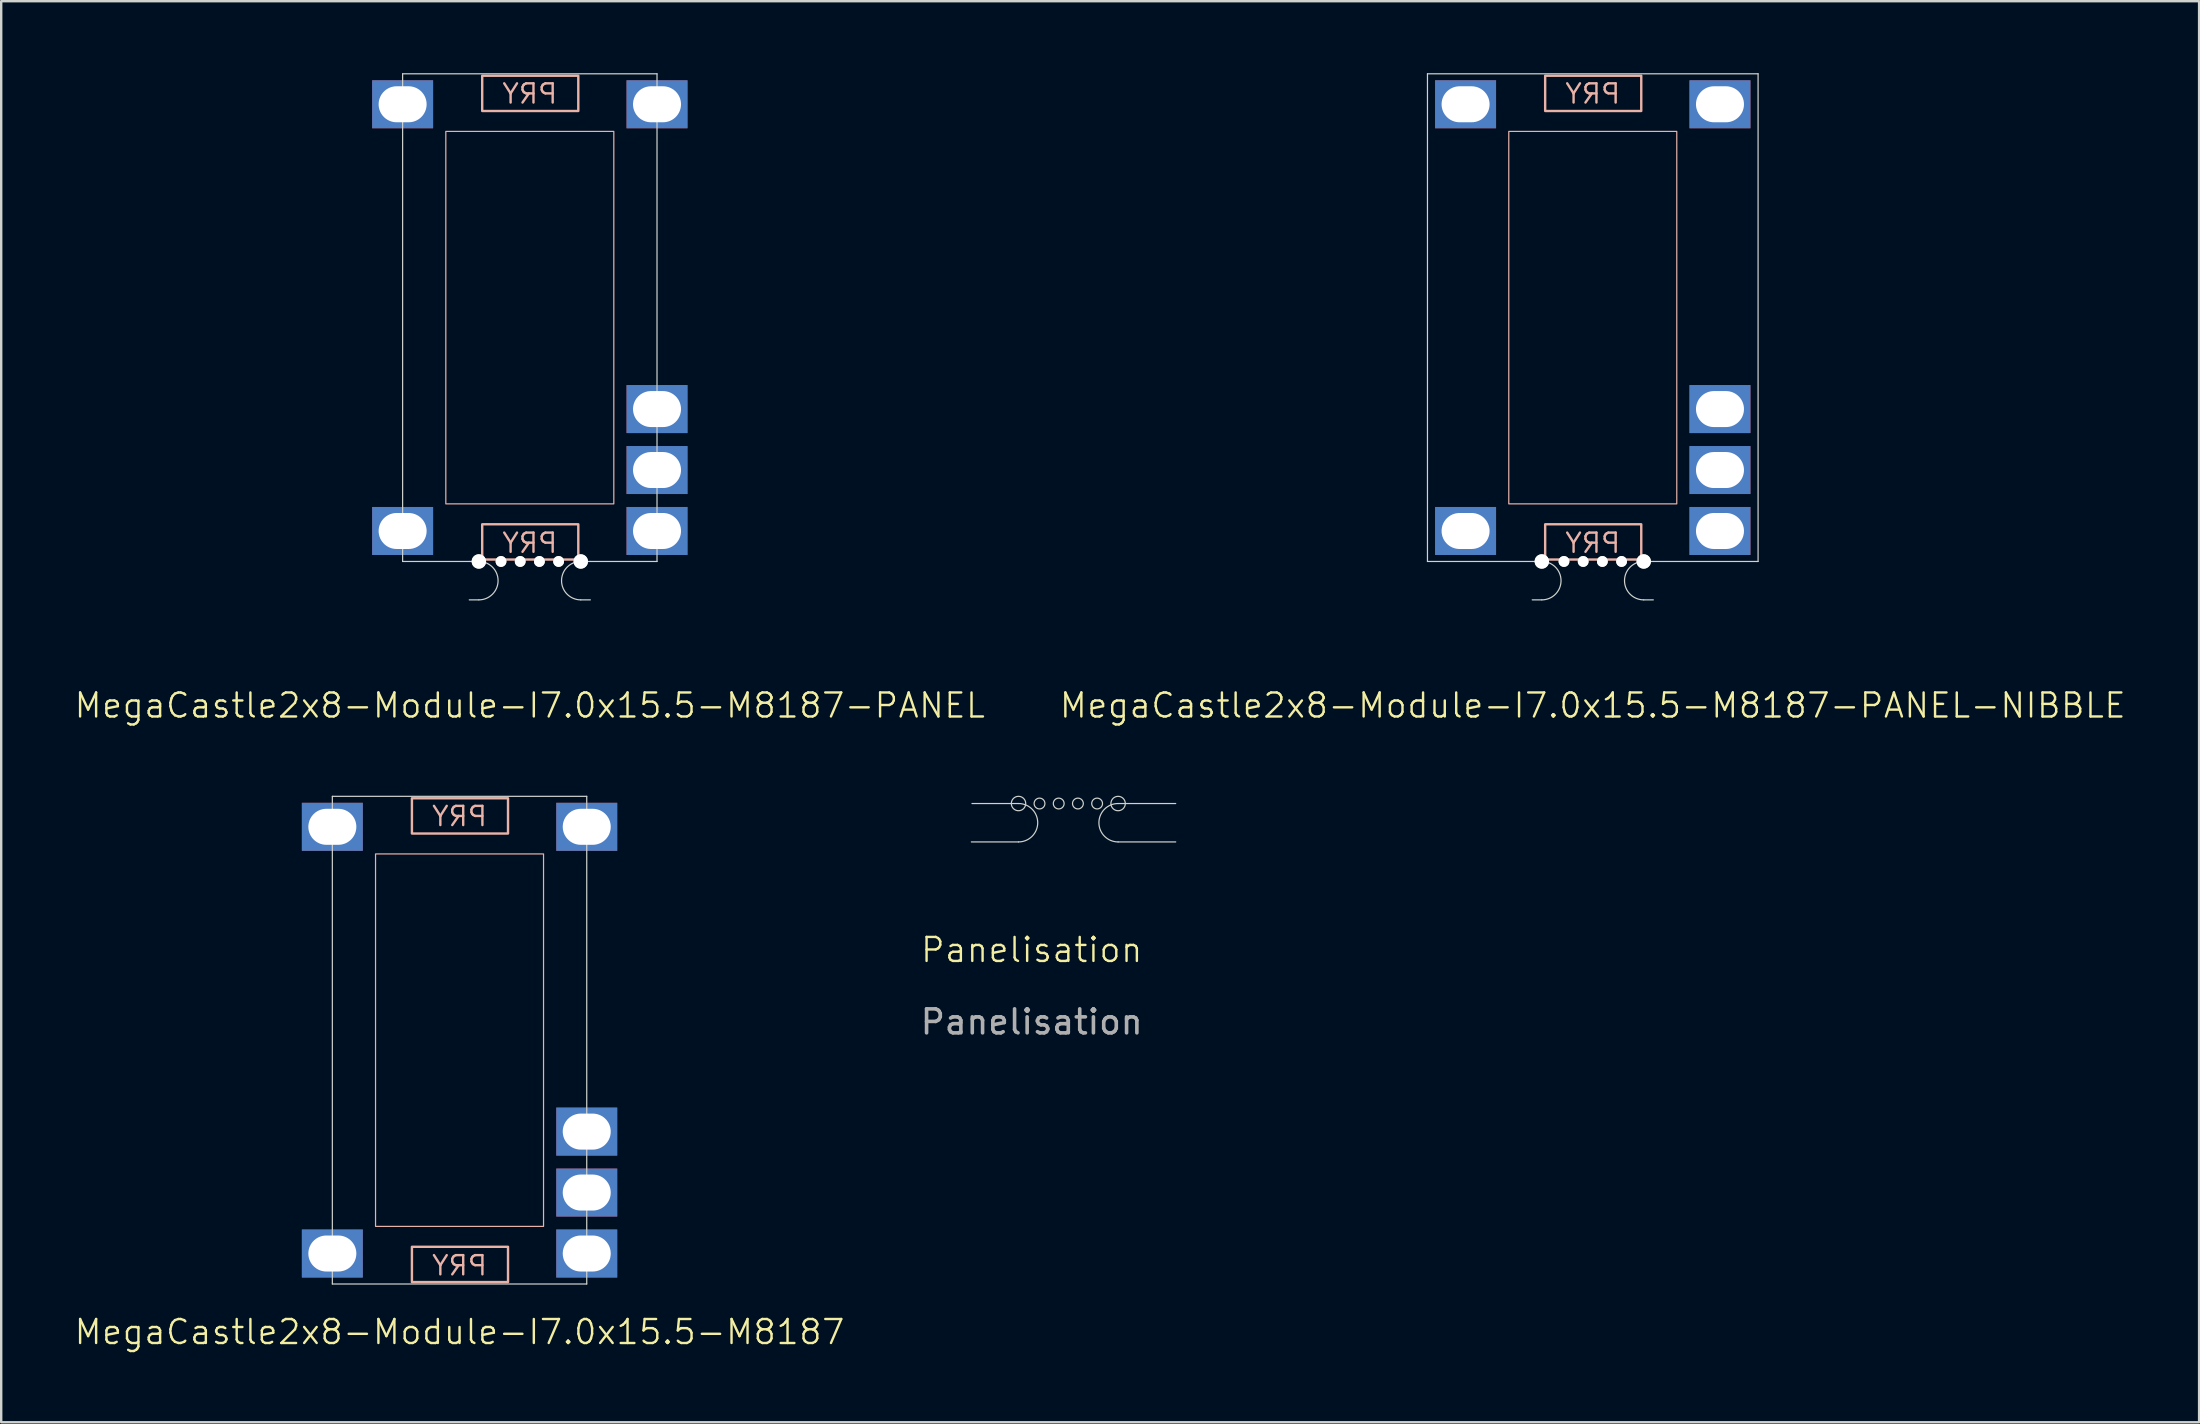
<source format=kicad_pcb>
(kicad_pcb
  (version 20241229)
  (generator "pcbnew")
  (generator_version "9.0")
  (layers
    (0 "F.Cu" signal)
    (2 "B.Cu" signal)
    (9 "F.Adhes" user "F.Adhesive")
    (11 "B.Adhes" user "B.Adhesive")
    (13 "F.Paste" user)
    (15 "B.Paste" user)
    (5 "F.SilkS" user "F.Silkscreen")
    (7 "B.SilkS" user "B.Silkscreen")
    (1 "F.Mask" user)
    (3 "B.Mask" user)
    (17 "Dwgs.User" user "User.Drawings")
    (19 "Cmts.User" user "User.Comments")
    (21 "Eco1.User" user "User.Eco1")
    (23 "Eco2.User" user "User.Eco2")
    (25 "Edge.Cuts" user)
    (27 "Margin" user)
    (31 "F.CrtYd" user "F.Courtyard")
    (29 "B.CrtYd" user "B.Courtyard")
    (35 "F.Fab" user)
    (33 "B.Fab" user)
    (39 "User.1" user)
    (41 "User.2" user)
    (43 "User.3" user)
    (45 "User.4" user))
  (footprint "Panelisation"
    (layer "F.Cu")
    (at 39.939 37.031)
    (property "Reference" "Panelisation" (at 0 -0.5 0) (unlocked yes) (layer "F.SilkS") (effects (font (size 1 1) (thickness 0.1))))
    (attr through_hole)
    (fp_line (start -0.55 -6.6) (end -2.489 -6.6) (stroke (width 0.05) (type default)) (layer "Edge.Cuts"))
    (fp_line (start -0.55 -5) (end -2.515 -5) (stroke (width 0.05) (type default)) (layer "Edge.Cuts"))
    (fp_line (start 6 -6.6) (end 3.6 -6.6) (stroke (width 0.05) (type default)) (layer "Edge.Cuts"))
    (fp_line (start 6 -5) (end 3.6 -5) (stroke (width 0.05) (type default)) (layer "Edge.Cuts"))
    (fp_arc (start -0.55 -6.6) (mid 0.25 -5.8) (end -0.55 -5) (stroke (width 0.05) (type default)) (layer "Edge.Cuts"))
    (fp_arc (start 3.6 -5) (mid 2.8 -5.8) (end 3.6 -6.6) (stroke (width 0.05) (type default)) (layer "Edge.Cuts"))
    (fp_circle (center -0.55 -6.6) (end -0.25 -6.6) (stroke (width 0.05) (type default)) (fill no) (layer "Edge.Cuts"))
    (fp_circle (center 0.325 -6.6) (end 0.55 -6.6) (stroke (width 0.05) (type default)) (fill no) (layer "Edge.Cuts"))
    (fp_circle (center 1.125 -6.6) (end 1.35 -6.6) (stroke (width 0.05) (type default)) (fill no) (layer "Edge.Cuts"))
    (fp_circle (center 1.925 -6.6) (end 2.15 -6.6) (stroke (width 0.05) (type default)) (fill no) (layer "Edge.Cuts"))
    (fp_circle (center 2.725 -6.6) (end 2.95 -6.6) (stroke (width 0.05) (type default)) (fill no) (layer "Edge.Cuts"))
    (fp_circle (center 3.6 -6.6) (end 3.9 -6.6) (stroke (width 0.05) (type default)) (fill no) (layer "Edge.Cuts"))
    (fp_text user "${REFERENCE}" (at 0 2.5 0) (unlocked yes) (layer "F.Fab") (effects (font (size 1 1) (thickness 0.15)))))
  (footprint "MegaCastle2x8-Module-I7.0x15.5-M8187"
    (layer "F.Cu")
    (at 16.098 40.291)
    (property "Reference" "MegaCastle2x8-Module-I7.0x15.5-M8187" (at 0 12.16 0) (unlocked yes) (layer "F.SilkS") (effects (font (size 1 1) (thickness 0.1))))
    (attr smd)
    (fp_rect (start -3.5 7.76) (end 3.5 -7.76) (stroke (width 0.05) (type default)) (fill no) (layer "B.SilkS"))
    (fp_rect (start -1.984 -8.611) (end 2.02 -10.08) (stroke (width 0.1) (type default)) (fill no) (layer "B.SilkS"))
    (fp_rect (start -1.984 8.611) (end 2.02 10.08) (stroke (width 0.1) (type default)) (fill no) (layer "B.SilkS"))
    (fp_line (start -5.3 -10.16) (end -5.3 10.16) (stroke (width 0.05) (type default)) (layer "Edge.Cuts"))
    (fp_line (start -5.3 -10.16) (end 5.3 -10.16) (stroke (width 0.05) (type default)) (layer "Edge.Cuts"))
    (fp_line (start -5.3 10.16) (end 5.3 10.16) (stroke (width 0.05) (type default)) (layer "Edge.Cuts"))
    (fp_line (start 5.3 -10.16) (end 5.3 10.16) (stroke (width 0.05) (type default)) (layer "Edge.Cuts"))
    (fp_text user "PRY" (at 0 -8.86 0) (unlocked yes) (layer "B.SilkS") (effects (font (size 0.8 0.8) (thickness 0.1)) (justify bottom mirror)))
    (fp_text user "PRY" (at 0 9.86 0) (unlocked yes) (layer "B.SilkS") (effects (font (size 0.8 0.8) (thickness 0.1)) (justify bottom mirror)))
    (pad "1" thru_hole rect (at -5.3 -8.89) (size 2.54 2) (drill oval 2 1.5) (property pad_prop_castellated) (layers "*.Cu" "*.Mask"))
    (pad "8" thru_hole rect (at -5.3 8.89) (size 2.54 2) (drill oval 2 1.5) (property pad_prop_castellated) (layers "*.Cu" "*.Mask"))
    (pad "9" thru_hole rect (at 5.3 -8.89) (size 2.54 2) (drill oval 2 1.5) (property pad_prop_castellated) (layers "*.Cu" "*.Mask"))
    (pad "14" thru_hole rect (at 5.3 3.81) (size 2.54 2) (drill oval 2 1.5) (property pad_prop_castellated) (layers "*.Cu" "*.Mask"))
    (pad "15" thru_hole rect (at 5.3 6.35) (size 2.54 2) (drill oval 2 1.5) (property pad_prop_castellated) (layers "*.Cu" "*.Mask"))
    (pad "16" thru_hole rect (at 5.3 8.89) (size 2.54 2) (drill oval 2 1.5) (property pad_prop_castellated) (layers "*.Cu" "*.Mask"))
    (zone (net_name "") (layer "B.Cu") (hatch edge 0.5) (connect_pads) (min_thickness 0.25) (filled_areas_thickness no) (keepout (tracks allowed) (vias allowed) (pads allowed) (copperpour allowed) (footprints not_allowed)) (placement (enabled no)) (fill) (polygon (pts (xy 10.798 50.45) (xy 10.798 30.131) (xy 12.598 30.131) (xy 12.598 50.45))))
    (zone (net_name "") (layer "B.Cu") (hatch edge 0.5) (connect_pads) (min_thickness 0.25) (filled_areas_thickness no) (keepout (tracks allowed) (vias allowed) (pads allowed) (copperpour allowed) (footprints not_allowed)) (placement (enabled no)) (fill) (polygon (pts (xy 12.598 30.131) (xy 12.598 32.531) (xy 19.598 32.531) (xy 19.598 30.131))))
    (zone (net_name "") (layer "B.Cu") (hatch edge 0.5) (connect_pads) (min_thickness 0.25) (filled_areas_thickness no) (keepout (tracks allowed) (vias allowed) (pads allowed) (copperpour allowed) (footprints not_allowed)) (placement (enabled no)) (fill) (polygon (pts (xy 12.598 50.45) (xy 12.598 48.05) (xy 19.598 48.05) (xy 19.598 50.45))))
    (zone (net_name "") (layer "B.Cu") (name "Upper Pry Zone") (hatch edge 0.5) (connect_pads) (min_thickness 0.25) (filled_areas_thickness no) (keepout (tracks not_allowed) (vias not_allowed) (pads not_allowed) (copperpour allowed) (footprints not_allowed)) (placement (enabled no)) (fill) (polygon (pts (xy 14.113 31.679) (xy 14.113 30.21) (xy 18.117 30.21) (xy 18.117 31.679))))
    (zone (net_name "") (layer "B.Cu") (name "Upper Pry Zone") (hatch edge 0.5) (connect_pads) (min_thickness 0.25) (filled_areas_thickness no) (keepout (tracks not_allowed) (vias not_allowed) (pads not_allowed) (copperpour allowed) (footprints not_allowed)) (placement (enabled no)) (fill) (polygon (pts (xy 14.113 48.902) (xy 14.113 50.37) (xy 18.117 50.37) (xy 18.117 48.902))))
    (zone (net_name "") (layer "B.Cu") (hatch edge 0.5) (connect_pads) (min_thickness 0.25) (filled_areas_thickness no) (keepout (tracks allowed) (vias allowed) (pads allowed) (copperpour allowed) (footprints not_allowed)) (placement (enabled no)) (fill) (polygon (pts (xy 21.398 50.45) (xy 21.398 30.131) (xy 19.598 30.131) (xy 19.598 50.45)))))
  (footprint "MegaCastle2x8-Module-I7.0x15.5-M8187-PANEL-NIBBLE"
    (layer "F.Cu")
    (at 63.317 10.185)
    (property "Reference" "MegaCastle2x8-Module-I7.0x15.5-M8187-PANEL-NIBBLE" (at 0 16.16 0) (unlocked yes) (layer "F.SilkS") (effects (font (size 1 1) (thickness 0.1))))
    (attr smd)
    (fp_rect (start -3.5 7.76) (end 3.5 -7.76) (stroke (width 0.05) (type default)) (fill no) (layer "B.SilkS"))
    (fp_rect (start -1.984 -8.611) (end 2.02 -10.08) (stroke (width 0.1) (type default)) (fill no) (layer "B.SilkS"))
    (fp_rect (start -1.984 8.611) (end 2.02 10.08) (stroke (width 0.1) (type default)) (fill no) (layer "B.SilkS"))
    (fp_line (start -6.888 -10.16) (end -6.888 10.16) (stroke (width 0.05) (type default)) (layer "Edge.Cuts"))
    (fp_line (start -6.888 -10.16) (end 6.888 -10.16) (stroke (width 0.05) (type default)) (layer "Edge.Cuts"))
    (fp_line (start -6.888 10.16) (end -2.522 10.16) (stroke (width 0.05) (type default)) (layer "Edge.Cuts"))
    (fp_line (start -2.522 10.16) (end -2.123 10.16) (stroke (width 0.05) (type default)) (layer "Edge.Cuts"))
    (fp_line (start -2.522 11.76) (end -2.123 11.76) (stroke (width 0.05) (type default)) (layer "Edge.Cuts"))
    (fp_line (start 2.522 10.16) (end 2.123 10.16) (stroke (width 0.05) (type default)) (layer "Edge.Cuts"))
    (fp_line (start 2.522 10.16) (end 6.888 10.16) (stroke (width 0.05) (type default)) (layer "Edge.Cuts"))
    (fp_line (start 2.522 11.76) (end 2.123 11.76) (stroke (width 0.05) (type default)) (layer "Edge.Cuts"))
    (fp_line (start 6.888 -10.16) (end 6.888 10.16) (stroke (width 0.05) (type default)) (layer "Edge.Cuts"))
    (fp_arc (start -2.1225 10.16) (mid -1.3225 10.96) (end -2.1225 11.76) (stroke (width 0.05) (type default)) (layer "Edge.Cuts"))
    (fp_arc (start 2.1225 11.76) (mid 1.3225 10.96) (end 2.1225 10.16) (stroke (width 0.05) (type default)) (layer "Edge.Cuts"))
    (fp_text user "PRY" (at 0 -8.86 0) (unlocked yes) (layer "B.SilkS") (effects (font (size 0.8 0.8) (thickness 0.1)) (justify bottom mirror)))
    (fp_text user "PRY" (at 0 9.86 0) (unlocked yes) (layer "B.SilkS") (effects (font (size 0.8 0.8) (thickness 0.1)) (justify bottom mirror)))
    (pad "" np_thru_hole circle (at -2.123 10.16) (size 0.6 0.6) (drill 0.6) (layers "*.Cu" "Edge.Cuts"))
    (pad "" np_thru_hole circle (at -1.2 10.16) (size 0.45 0.45) (drill 0.45) (layers "*.Cu" "Edge.Cuts"))
    (pad "" np_thru_hole circle (at -0.4 10.16) (size 0.45 0.45) (drill 0.45) (layers "*.Cu" "Edge.Cuts"))
    (pad "" np_thru_hole circle (at 0.4 10.16) (size 0.45 0.45) (drill 0.45) (layers "*.Cu" "Edge.Cuts"))
    (pad "" np_thru_hole circle (at 1.2 10.16) (size 0.45 0.45) (drill 0.45) (layers "*.Cu" "Edge.Cuts"))
    (pad "" np_thru_hole circle (at 2.123 10.16) (size 0.6 0.6) (drill 0.6) (layers "*.Cu" "Edge.Cuts"))
    (pad "1" thru_hole rect (at -5.3 -8.89) (size 2.54 2) (drill oval 2 1.5) (property pad_prop_castellated) (layers "*.Cu" "*.Mask"))
    (pad "8" thru_hole rect (at -5.3 8.89) (size 2.54 2) (drill oval 2 1.5) (property pad_prop_castellated) (layers "*.Cu" "*.Mask"))
    (pad "9" thru_hole rect (at 5.3 -8.89) (size 2.54 2) (drill oval 2 1.5) (property pad_prop_castellated) (layers "*.Cu" "*.Mask"))
    (pad "14" thru_hole rect (at 5.3 3.81) (size 2.54 2) (drill oval 2 1.5) (property pad_prop_castellated) (layers "*.Cu" "*.Mask"))
    (pad "15" thru_hole rect (at 5.3 6.35) (size 2.54 2) (drill oval 2 1.5) (property pad_prop_castellated) (layers "*.Cu" "*.Mask"))
    (pad "16" thru_hole rect (at 5.3 8.89) (size 2.54 2) (drill oval 2 1.5) (property pad_prop_castellated) (layers "*.Cu" "*.Mask"))
    (zone (net_name "") (layer "B.Cu") (hatch edge 0.5) (connect_pads) (min_thickness 0.25) (filled_areas_thickness no) (keepout (tracks allowed) (vias allowed) (pads allowed) (copperpour allowed) (footprints not_allowed)) (placement (enabled no)) (fill) (polygon (pts (xy 58.017 20.345) (xy 58.017 0.025) (xy 59.817 0.025) (xy 59.817 20.345))))
    (zone (net_name "") (layer "B.Cu") (hatch edge 0.5) (connect_pads) (min_thickness 0.25) (filled_areas_thickness no) (keepout (tracks allowed) (vias allowed) (pads allowed) (copperpour allowed) (footprints not_allowed)) (placement (enabled no)) (fill) (polygon (pts (xy 59.817 0.025) (xy 59.817 2.425) (xy 66.817 2.425) (xy 66.817 0.025))))
    (zone (net_name "") (layer "B.Cu") (hatch edge 0.5) (connect_pads) (min_thickness 0.25) (filled_areas_thickness no) (keepout (tracks allowed) (vias allowed) (pads allowed) (copperpour allowed) (footprints not_allowed)) (placement (enabled no)) (fill) (polygon (pts (xy 59.817 20.345) (xy 59.817 17.945) (xy 66.817 17.945) (xy 66.817 20.345))))
    (zone (net_name "") (layer "B.Cu") (name "Upper Pry Zone") (hatch edge 0.5) (connect_pads) (min_thickness 0.25) (filled_areas_thickness no) (keepout (tracks not_allowed) (vias not_allowed) (pads not_allowed) (copperpour allowed) (footprints not_allowed)) (placement (enabled no)) (fill) (polygon (pts (xy 61.332 1.574) (xy 61.332 0.105) (xy 65.336 0.105) (xy 65.336 1.574))))
    (zone (net_name "") (layer "B.Cu") (name "Upper Pry Zone") (hatch edge 0.5) (connect_pads) (min_thickness 0.25) (filled_areas_thickness no) (keepout (tracks not_allowed) (vias not_allowed) (pads not_allowed) (copperpour allowed) (footprints not_allowed)) (placement (enabled no)) (fill) (polygon (pts (xy 61.332 18.796) (xy 61.332 20.265) (xy 65.336 20.265) (xy 65.336 18.796))))
    (zone (net_name "") (layer "B.Cu") (hatch edge 0.5) (connect_pads) (min_thickness 0.25) (filled_areas_thickness no) (keepout (tracks allowed) (vias allowed) (pads allowed) (copperpour allowed) (footprints not_allowed)) (placement (enabled no)) (fill) (polygon (pts (xy 68.617 20.345) (xy 68.617 0.025) (xy 66.817 0.025) (xy 66.817 20.345)))))
  (footprint "MegaCastle2x8-Module-I7.0x15.5-M8187-PANEL"
    (layer "F.Cu")
    (at 19.026 10.185)
    (property "Reference" "MegaCastle2x8-Module-I7.0x15.5-M8187-PANEL" (at 0 16.16 0) (unlocked yes) (layer "F.SilkS") (effects (font (size 1 1) (thickness 0.1))))
    (attr smd)
    (fp_rect (start -3.5 7.76) (end 3.5 -7.76) (stroke (width 0.05) (type default)) (fill no) (layer "B.SilkS"))
    (fp_rect (start -1.984 -8.611) (end 2.02 -10.08) (stroke (width 0.1) (type default)) (fill no) (layer "B.SilkS"))
    (fp_rect (start -1.984 8.611) (end 2.02 10.08) (stroke (width 0.1) (type default)) (fill no) (layer "B.SilkS"))
    (fp_line (start -5.3 -10.16) (end -5.3 10.16) (stroke (width 0.05) (type default)) (layer "Edge.Cuts"))
    (fp_line (start -5.3 -10.16) (end 5.3 -10.16) (stroke (width 0.05) (type default)) (layer "Edge.Cuts"))
    (fp_line (start -5.3 10.16) (end -2.522 10.16) (stroke (width 0.05) (type default)) (layer "Edge.Cuts"))
    (fp_line (start -2.522 10.16) (end -2.123 10.16) (stroke (width 0.05) (type default)) (layer "Edge.Cuts"))
    (fp_line (start -2.522 11.76) (end -2.123 11.76) (stroke (width 0.05) (type default)) (layer "Edge.Cuts"))
    (fp_line (start 2.522 10.16) (end 2.123 10.16) (stroke (width 0.05) (type default)) (layer "Edge.Cuts"))
    (fp_line (start 2.522 10.16) (end 5.3 10.16) (stroke (width 0.05) (type default)) (layer "Edge.Cuts"))
    (fp_line (start 2.522 11.76) (end 2.123 11.76) (stroke (width 0.05) (type default)) (layer "Edge.Cuts"))
    (fp_line (start 5.3 -10.16) (end 5.3 10.16) (stroke (width 0.05) (type default)) (layer "Edge.Cuts"))
    (fp_arc (start -2.1225 10.16) (mid -1.3225 10.96) (end -2.1225 11.76) (stroke (width 0.05) (type default)) (layer "Edge.Cuts"))
    (fp_arc (start 2.1225 11.76) (mid 1.3225 10.96) (end 2.1225 10.16) (stroke (width 0.05) (type default)) (layer "Edge.Cuts"))
    (fp_text user "PRY" (at 0 9.86 0) (unlocked yes) (layer "B.SilkS") (effects (font (size 0.8 0.8) (thickness 0.1)) (justify bottom mirror)))
    (fp_text user "PRY" (at 0 -8.86 0) (unlocked yes) (layer "B.SilkS") (effects (font (size 0.8 0.8) (thickness 0.1)) (justify bottom mirror)))
    (pad "" np_thru_hole circle (at -2.123 10.16) (size 0.6 0.6) (drill 0.6) (layers "*.Cu" "Edge.Cuts"))
    (pad "" np_thru_hole circle (at -1.2 10.16) (size 0.45 0.45) (drill 0.45) (layers "*.Cu" "Edge.Cuts"))
    (pad "" np_thru_hole circle (at -0.4 10.16) (size 0.45 0.45) (drill 0.45) (layers "*.Cu" "Edge.Cuts"))
    (pad "" np_thru_hole circle (at 0.4 10.16) (size 0.45 0.45) (drill 0.45) (layers "*.Cu" "Edge.Cuts"))
    (pad "" np_thru_hole circle (at 1.2 10.16) (size 0.45 0.45) (drill 0.45) (layers "*.Cu" "Edge.Cuts"))
    (pad "" np_thru_hole circle (at 2.123 10.16) (size 0.6 0.6) (drill 0.6) (layers "*.Cu" "Edge.Cuts"))
    (pad "1" thru_hole rect (at -5.3 -8.89) (size 2.54 2) (drill oval 2 1.5) (property pad_prop_castellated) (layers "*.Cu" "*.Mask"))
    (pad "8" thru_hole rect (at -5.3 8.89) (size 2.54 2) (drill oval 2 1.5) (property pad_prop_castellated) (layers "*.Cu" "*.Mask"))
    (pad "9" thru_hole rect (at 5.3 -8.89) (size 2.54 2) (drill oval 2 1.5) (property pad_prop_castellated) (layers "*.Cu" "*.Mask"))
    (pad "14" thru_hole rect (at 5.3 3.81) (size 2.54 2) (drill oval 2 1.5) (property pad_prop_castellated) (layers "*.Cu" "*.Mask"))
    (pad "15" thru_hole rect (at 5.3 6.35) (size 2.54 2) (drill oval 2 1.5) (property pad_prop_castellated) (layers "*.Cu" "*.Mask"))
    (pad "16" thru_hole rect (at 5.3 8.89) (size 2.54 2) (drill oval 2 1.5) (property pad_prop_castellated) (layers "*.Cu" "*.Mask"))
    (zone (net_name "") (layer "B.Cu") (hatch edge 0.5) (connect_pads) (min_thickness 0.25) (filled_areas_thickness no) (keepout (tracks allowed) (vias allowed) (pads allowed) (copperpour allowed) (footprints not_allowed)) (placement (enabled no)) (fill) (polygon (pts (xy 13.726 20.345) (xy 13.726 0.025) (xy 15.526 0.025) (xy 15.526 20.345))))
    (zone (net_name "") (layer "B.Cu") (hatch edge 0.5) (connect_pads) (min_thickness 0.25) (filled_areas_thickness no) (keepout (tracks allowed) (vias allowed) (pads allowed) (copperpour allowed) (footprints not_allowed)) (placement (enabled no)) (fill) (polygon (pts (xy 15.526 0.025) (xy 15.526 2.425) (xy 22.526 2.425) (xy 22.526 0.025))))
    (zone (net_name "") (layer "B.Cu") (hatch edge 0.5) (connect_pads) (min_thickness 0.25) (filled_areas_thickness no) (keepout (tracks allowed) (vias allowed) (pads allowed) (copperpour allowed) (footprints not_allowed)) (placement (enabled no)) (fill) (polygon (pts (xy 15.526 20.345) (xy 15.526 17.945) (xy 22.526 17.945) (xy 22.526 20.345))))
    (zone (net_name "") (layer "B.Cu") (name "Upper Pry Zone") (hatch edge 0.5) (connect_pads) (min_thickness 0.25) (filled_areas_thickness no) (keepout (tracks not_allowed) (vias not_allowed) (pads not_allowed) (copperpour allowed) (footprints not_allowed)) (placement (enabled no)) (fill) (polygon (pts (xy 17.042 1.574) (xy 17.042 0.105) (xy 21.046 0.105) (xy 21.046 1.574))))
    (zone (net_name "") (layer "B.Cu") (name "Upper Pry Zone") (hatch edge 0.5) (connect_pads) (min_thickness 0.25) (filled_areas_thickness no) (keepout (tracks not_allowed) (vias not_allowed) (pads not_allowed) (copperpour allowed) (footprints not_allowed)) (placement (enabled no)) (fill) (polygon (pts (xy 17.042 18.796) (xy 17.042 20.265) (xy 21.046 20.265) (xy 21.046 18.796))))
    (zone (net_name "") (layer "B.Cu") (hatch edge 0.5) (connect_pads) (min_thickness 0.25) (filled_areas_thickness no) (keepout (tracks allowed) (vias allowed) (pads allowed) (copperpour allowed) (footprints not_allowed)) (placement (enabled no)) (fill) (polygon (pts (xy 24.326 20.345) (xy 24.326 0.025) (xy 22.526 0.025) (xy 22.526 20.345)))))
  (gr_rect
    (start -3 -3)
    (end 88.581 56.211)
    (stroke (width 0.1) (type default))
    (fill no)
    (layer "Edge.Cuts")))
</source>
